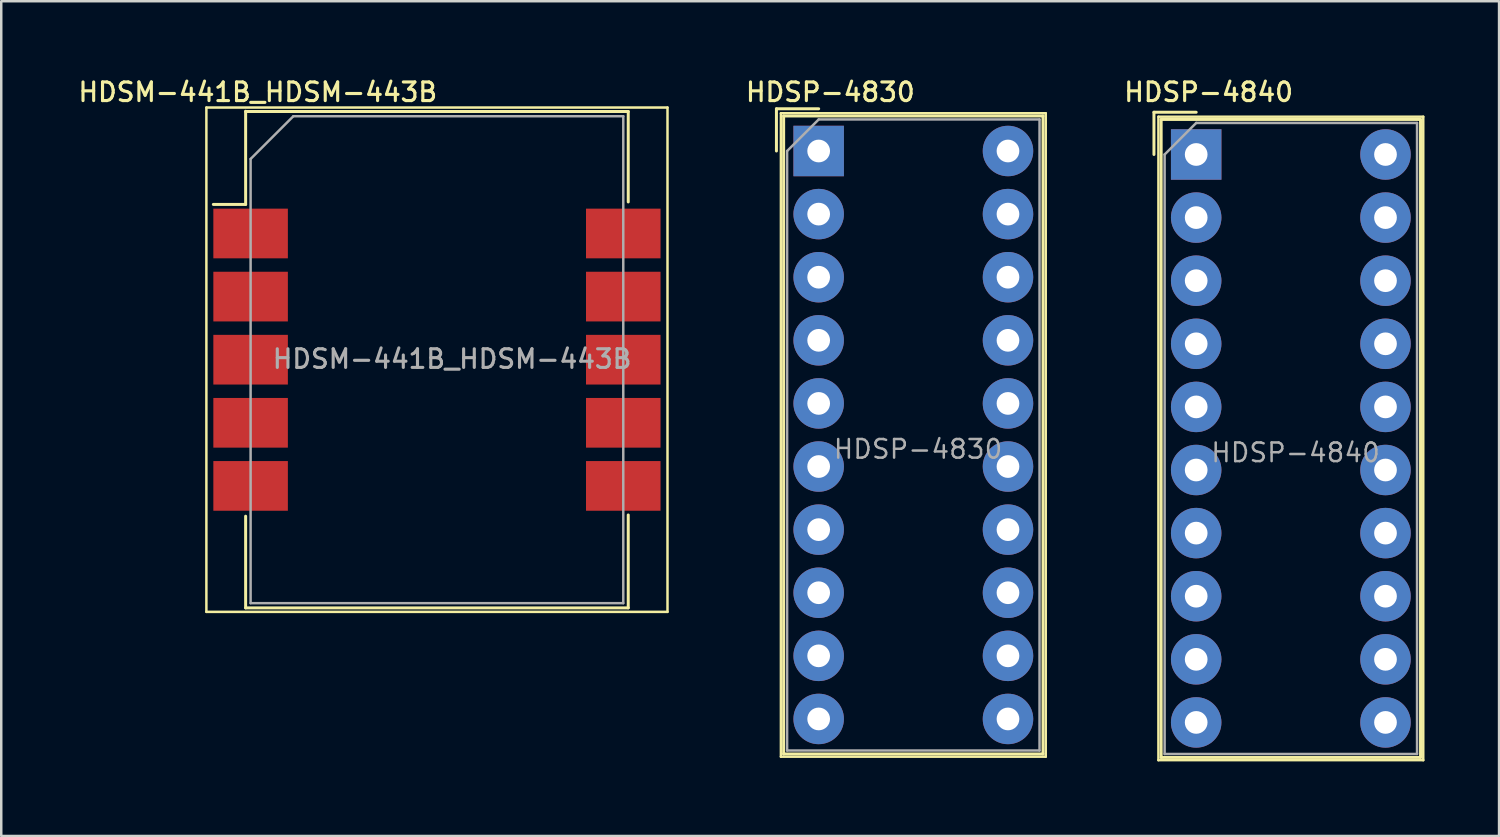
<source format=kicad_pcb>
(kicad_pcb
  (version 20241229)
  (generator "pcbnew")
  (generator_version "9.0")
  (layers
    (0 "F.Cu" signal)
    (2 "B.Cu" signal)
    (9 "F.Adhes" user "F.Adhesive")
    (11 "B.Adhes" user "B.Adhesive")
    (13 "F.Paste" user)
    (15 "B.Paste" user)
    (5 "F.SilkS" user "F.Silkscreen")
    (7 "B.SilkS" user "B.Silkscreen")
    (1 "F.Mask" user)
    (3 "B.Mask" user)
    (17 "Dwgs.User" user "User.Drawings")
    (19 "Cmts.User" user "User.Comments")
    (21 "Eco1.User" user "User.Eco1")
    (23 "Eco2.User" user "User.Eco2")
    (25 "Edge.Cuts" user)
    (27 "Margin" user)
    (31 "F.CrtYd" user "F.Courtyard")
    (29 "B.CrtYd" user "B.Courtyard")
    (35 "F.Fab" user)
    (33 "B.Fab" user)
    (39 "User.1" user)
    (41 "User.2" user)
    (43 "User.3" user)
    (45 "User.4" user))
  (footprint "HDSP-4830"
    (layer "F.Cu")
    (at 29.902 3.028)
    (property "Reference" "HDSP-4830" (at 0.47 -2.37 0) (layer "F.SilkS") (effects (font (size 0.75 0.75) (thickness 0.125))))
    (attr through_hole)
    (fp_line (start -1.7 -1.7) (end -1.7 0) (stroke (width 0.12) (type solid)) (layer "F.SilkS"))
    (fp_line (start -1.52 -1.52) (end -1.52 24.38) (stroke (width 0.1) (type solid)) (layer "F.SilkS"))
    (fp_line (start -1.52 -1.52) (end 9.14 -1.52) (stroke (width 0.1) (type solid)) (layer "F.SilkS"))
    (fp_line (start -1.52 24.38) (end 9.14 24.38) (stroke (width 0.1) (type solid)) (layer "F.SilkS"))
    (fp_line (start -1.41 -1.41) (end 9.03 -1.41) (stroke (width 0.12) (type solid)) (layer "F.SilkS"))
    (fp_line (start -1.41 24.27) (end -1.41 -1.41) (stroke (width 0.12) (type solid)) (layer "F.SilkS"))
    (fp_line (start 0 -1.7) (end -1.7 -1.7) (stroke (width 0.12) (type solid)) (layer "F.SilkS"))
    (fp_line (start 9.03 -1.41) (end 9.03 24.27) (stroke (width 0.12) (type solid)) (layer "F.SilkS"))
    (fp_line (start 9.03 24.27) (end -1.41 24.27) (stroke (width 0.12) (type solid)) (layer "F.SilkS"))
    (fp_line (start 9.14 24.38) (end 9.14 -1.52) (stroke (width 0.1) (type solid)) (layer "F.SilkS"))
    (fp_line (start -1.27 0) (end -1.27 24.13) (stroke (width 0.1) (type solid)) (layer "F.Fab"))
    (fp_line (start -1.27 24.13) (end 8.89 24.13) (stroke (width 0.1) (type solid)) (layer "F.Fab"))
    (fp_line (start 0 -1.27) (end -1.27 0) (stroke (width 0.1) (type solid)) (layer "F.Fab"))
    (fp_line (start 0 -1.27) (end 8.89 -1.27) (stroke (width 0.1) (type solid)) (layer "F.Fab"))
    (fp_line (start 8.89 -1.27) (end 8.89 24.13) (stroke (width 0.1) (type solid)) (layer "F.Fab"))
    (fp_text user "${REFERENCE}" (at 4 12 0) (layer "F.Fab") (effects (font (size 0.75 0.75) (thickness 0.1))))
    (pad "1" thru_hole rect (at 0 0 270) (size 2.032 2.032) (drill 0.914) (layers "*.Cu" "*.Mask"))
    (pad "2" thru_hole circle (at 0 2.54 270) (size 2.032 2.032) (drill 0.914) (layers "*.Cu" "*.Mask"))
    (pad "3" thru_hole circle (at 0 5.08 270) (size 2.032 2.032) (drill 0.914) (layers "*.Cu" "*.Mask"))
    (pad "4" thru_hole circle (at 0 7.62 270) (size 2.032 2.032) (drill 0.914) (layers "*.Cu" "*.Mask"))
    (pad "5" thru_hole circle (at 0 10.16 270) (size 2.032 2.032) (drill 0.914) (layers "*.Cu" "*.Mask"))
    (pad "6" thru_hole circle (at 0 12.7 270) (size 2.032 2.032) (drill 0.914) (layers "*.Cu" "*.Mask"))
    (pad "7" thru_hole circle (at 0 15.24 270) (size 2.032 2.032) (drill 0.914) (layers "*.Cu" "*.Mask"))
    (pad "8" thru_hole circle (at 0 17.78 270) (size 2.032 2.032) (drill 0.914) (layers "*.Cu" "*.Mask"))
    (pad "9" thru_hole circle (at 0 20.32 270) (size 2.032 2.032) (drill 0.914) (layers "*.Cu" "*.Mask"))
    (pad "10" thru_hole circle (at 0 22.86 270) (size 2.032 2.032) (drill 0.914) (layers "*.Cu" "*.Mask"))
    (pad "11" thru_hole circle (at 7.62 22.86 270) (size 2.032 2.032) (drill 0.914) (layers "*.Cu" "*.Mask"))
    (pad "12" thru_hole circle (at 7.62 20.32 270) (size 2.032 2.032) (drill 0.914) (layers "*.Cu" "*.Mask"))
    (pad "13" thru_hole circle (at 7.62 17.78 270) (size 2.032 2.032) (drill 0.914) (layers "*.Cu" "*.Mask"))
    (pad "14" thru_hole circle (at 7.62 15.24 270) (size 2.032 2.032) (drill 0.914) (layers "*.Cu" "*.Mask"))
    (pad "15" thru_hole circle (at 7.62 12.7 270) (size 2.032 2.032) (drill 0.914) (layers "*.Cu" "*.Mask"))
    (pad "16" thru_hole circle (at 7.62 10.16 270) (size 2.032 2.032) (drill 0.914) (layers "*.Cu" "*.Mask"))
    (pad "17" thru_hole circle (at 7.62 7.62 270) (size 2.032 2.032) (drill 0.914) (layers "*.Cu" "*.Mask"))
    (pad "18" thru_hole circle (at 7.62 5.08 270) (size 2.032 2.032) (drill 0.914) (layers "*.Cu" "*.Mask"))
    (pad "19" thru_hole circle (at 7.62 2.54 270) (size 2.032 2.032) (drill 0.914) (layers "*.Cu" "*.Mask"))
    (pad "20" thru_hole circle (at 7.62 0 270) (size 2.032 2.032) (drill 0.914) (layers "*.Cu" "*.Mask")))
  (footprint "HDSM-441B_HDSM-443B"
    (layer "F.Cu")
    (at 14.537 11.428)
    (property "Reference" "HDSM-441B_HDSM-443B" (at -7.21 -10.77 0) (layer "F.SilkS") (effects (font (size 0.75 0.75) (thickness 0.125))))
    (attr smd)
    (fp_line (start -9.28 -10.15) (end 9.28 -10.15) (stroke (width 0.1) (type solid)) (layer "F.SilkS"))
    (fp_line (start -9.28 10.15) (end -9.28 -10.15) (stroke (width 0.1) (type solid)) (layer "F.SilkS"))
    (fp_line (start -9 -6.25) (end -7.7 -6.25) (stroke (width 0.12) (type solid)) (layer "F.SilkS"))
    (fp_line (start -7.7 -9.99) (end 7.7 -9.99) (stroke (width 0.12) (type solid)) (layer "F.SilkS"))
    (fp_line (start -7.7 -6.25) (end -7.7 -10) (stroke (width 0.12) (type solid)) (layer "F.SilkS"))
    (fp_line (start -7.7 6.3) (end -7.7 9.99) (stroke (width 0.12) (type solid)) (layer "F.SilkS"))
    (fp_line (start 7.7 -9.99) (end 7.7 -6.35) (stroke (width 0.12) (type solid)) (layer "F.SilkS"))
    (fp_line (start 7.7 6.25) (end 7.7 9.99) (stroke (width 0.12) (type solid)) (layer "F.SilkS"))
    (fp_line (start 7.7 9.99) (end -7.7 9.99) (stroke (width 0.12) (type solid)) (layer "F.SilkS"))
    (fp_line (start 9.28 -10.15) (end 9.28 10.15) (stroke (width 0.1) (type solid)) (layer "F.SilkS"))
    (fp_line (start 9.28 10.15) (end -9.28 10.15) (stroke (width 0.1) (type solid)) (layer "F.SilkS"))
    (fp_line (start -7.5 -8.08) (end -7.5 9.8) (stroke (width 0.1) (type solid)) (layer "F.Fab"))
    (fp_line (start -7.5 -8.08) (end -5.78 -9.8) (stroke (width 0.1) (type solid)) (layer "F.Fab"))
    (fp_line (start 7.5 -9.8) (end -5.78 -9.8) (stroke (width 0.1) (type solid)) (layer "F.Fab"))
    (fp_line (start 7.5 -9.8) (end 7.5 9.8) (stroke (width 0.1) (type solid)) (layer "F.Fab"))
    (fp_line (start 7.5 9.8) (end -7.5 9.8) (stroke (width 0.1) (type solid)) (layer "F.Fab"))
    (fp_text user "${REFERENCE}" (at 0.61 -0.03 0) (layer "F.Fab") (effects (font (size 0.75 0.75) (thickness 0.125))))
    (pad "1" smd rect (at -7.5 -5.08 270) (size 2 3) (layers "F.Cu" "F.Mask" "F.Paste"))
    (pad "2" smd rect (at -7.5 -2.54 270) (size 2 3) (layers "F.Cu" "F.Mask" "F.Paste"))
    (pad "3" smd rect (at -7.5 0 270) (size 2 3) (layers "F.Cu" "F.Mask" "F.Paste"))
    (pad "4" smd rect (at -7.5 2.54 270) (size 2 3) (layers "F.Cu" "F.Mask" "F.Paste"))
    (pad "5" smd rect (at -7.5 5.08 270) (size 2 3) (layers "F.Cu" "F.Mask" "F.Paste"))
    (pad "6" smd rect (at 7.5 5.08 270) (size 2 3) (layers "F.Cu" "F.Mask" "F.Paste"))
    (pad "7" smd rect (at 7.5 2.54 270) (size 2 3) (layers "F.Cu" "F.Mask" "F.Paste"))
    (pad "8" smd rect (at 7.5 0 270) (size 2 3) (layers "F.Cu" "F.Mask" "F.Paste"))
    (pad "9" smd rect (at 7.5 -2.54 270) (size 2 3) (layers "F.Cu" "F.Mask" "F.Paste"))
    (pad "10" smd rect (at 7.5 -5.08 270) (size 2 3) (layers "F.Cu" "F.Mask" "F.Paste")))
  (footprint "HDSP-4840"
    (layer "F.Cu")
    (at 45.097 3.168)
    (property "Reference" "HDSP-4840" (at 0.5 -2.51 0) (layer "F.SilkS") (effects (font (size 0.75 0.75) (thickness 0.125))))
    (attr through_hole)
    (fp_line (start -1.7 -1.7) (end -1.7 0) (stroke (width 0.12) (type solid)) (layer "F.SilkS"))
    (fp_line (start -1.52 -1.52) (end -1.52 24.38) (stroke (width 0.1) (type solid)) (layer "F.SilkS"))
    (fp_line (start -1.52 -1.52) (end 9.14 -1.52) (stroke (width 0.1) (type solid)) (layer "F.SilkS"))
    (fp_line (start -1.52 24.38) (end 9.14 24.38) (stroke (width 0.1) (type solid)) (layer "F.SilkS"))
    (fp_line (start -1.41 -1.41) (end 9.03 -1.41) (stroke (width 0.12) (type solid)) (layer "F.SilkS"))
    (fp_line (start -1.41 24.27) (end -1.41 -1.41) (stroke (width 0.12) (type solid)) (layer "F.SilkS"))
    (fp_line (start 0 -1.7) (end -1.7 -1.7) (stroke (width 0.12) (type solid)) (layer "F.SilkS"))
    (fp_line (start 9.03 -1.41) (end 9.03 24.27) (stroke (width 0.12) (type solid)) (layer "F.SilkS"))
    (fp_line (start 9.03 24.27) (end -1.41 24.27) (stroke (width 0.12) (type solid)) (layer "F.SilkS"))
    (fp_line (start 9.14 24.38) (end 9.14 -1.52) (stroke (width 0.1) (type solid)) (layer "F.SilkS"))
    (fp_line (start -1.27 0) (end -1.27 24.13) (stroke (width 0.1) (type solid)) (layer "F.Fab"))
    (fp_line (start -1.27 24.13) (end 8.89 24.13) (stroke (width 0.1) (type solid)) (layer "F.Fab"))
    (fp_line (start 0 -1.27) (end -1.27 0) (stroke (width 0.1) (type solid)) (layer "F.Fab"))
    (fp_line (start 0 -1.27) (end 8.89 -1.27) (stroke (width 0.1) (type solid)) (layer "F.Fab"))
    (fp_line (start 8.89 -1.27) (end 8.89 24.13) (stroke (width 0.1) (type solid)) (layer "F.Fab"))
    (fp_text user "${REFERENCE}" (at 4 12 0) (layer "F.Fab") (effects (font (size 0.75 0.75) (thickness 0.1))))
    (pad "1" thru_hole rect (at 0 0 270) (size 2.032 2.032) (drill 0.914) (layers "*.Cu" "*.Mask"))
    (pad "2" thru_hole circle (at 0 2.54 270) (size 2.032 2.032) (drill 0.914) (layers "*.Cu" "*.Mask"))
    (pad "3" thru_hole circle (at 0 5.08 270) (size 2.032 2.032) (drill 0.914) (layers "*.Cu" "*.Mask"))
    (pad "4" thru_hole circle (at 0 7.62 270) (size 2.032 2.032) (drill 0.914) (layers "*.Cu" "*.Mask"))
    (pad "5" thru_hole circle (at 0 10.16 270) (size 2.032 2.032) (drill 0.914) (layers "*.Cu" "*.Mask"))
    (pad "6" thru_hole circle (at 0 12.7 270) (size 2.032 2.032) (drill 0.914) (layers "*.Cu" "*.Mask"))
    (pad "7" thru_hole circle (at 0 15.24 270) (size 2.032 2.032) (drill 0.914) (layers "*.Cu" "*.Mask"))
    (pad "8" thru_hole circle (at 0 17.78 270) (size 2.032 2.032) (drill 0.914) (layers "*.Cu" "*.Mask"))
    (pad "9" thru_hole circle (at 0 20.32 270) (size 2.032 2.032) (drill 0.914) (layers "*.Cu" "*.Mask"))
    (pad "10" thru_hole circle (at 0 22.86 270) (size 2.032 2.032) (drill 0.914) (layers "*.Cu" "*.Mask"))
    (pad "11" thru_hole circle (at 7.62 22.86 270) (size 2.032 2.032) (drill 0.914) (layers "*.Cu" "*.Mask"))
    (pad "12" thru_hole circle (at 7.62 20.32 270) (size 2.032 2.032) (drill 0.914) (layers "*.Cu" "*.Mask"))
    (pad "13" thru_hole circle (at 7.62 17.78 270) (size 2.032 2.032) (drill 0.914) (layers "*.Cu" "*.Mask"))
    (pad "14" thru_hole circle (at 7.62 15.24 270) (size 2.032 2.032) (drill 0.914) (layers "*.Cu" "*.Mask"))
    (pad "15" thru_hole circle (at 7.62 12.7 270) (size 2.032 2.032) (drill 0.914) (layers "*.Cu" "*.Mask"))
    (pad "16" thru_hole circle (at 7.62 10.16 270) (size 2.032 2.032) (drill 0.914) (layers "*.Cu" "*.Mask"))
    (pad "17" thru_hole circle (at 7.62 7.62 270) (size 2.032 2.032) (drill 0.914) (layers "*.Cu" "*.Mask"))
    (pad "18" thru_hole circle (at 7.62 5.08 270) (size 2.032 2.032) (drill 0.914) (layers "*.Cu" "*.Mask"))
    (pad "19" thru_hole circle (at 7.62 2.54 270) (size 2.032 2.032) (drill 0.914) (layers "*.Cu" "*.Mask"))
    (pad "20" thru_hole circle (at 7.62 0 270) (size 2.032 2.032) (drill 0.914) (layers "*.Cu" "*.Mask")))
  (gr_rect
    (start -3 -3)
    (end 57.288 30.598)
    (stroke (width 0.1) (type default))
    (fill no)
    (layer "Edge.Cuts")))
</source>
